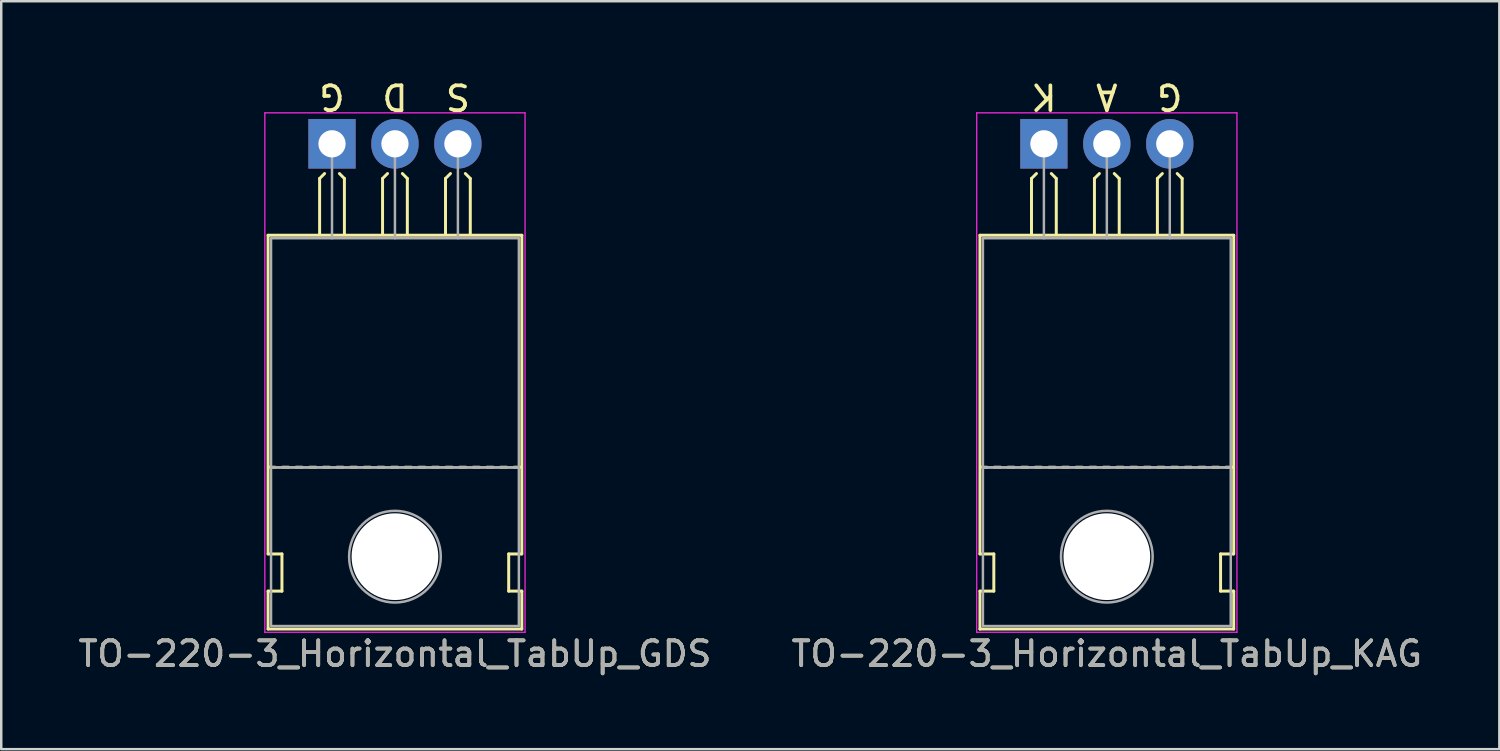
<source format=kicad_pcb>
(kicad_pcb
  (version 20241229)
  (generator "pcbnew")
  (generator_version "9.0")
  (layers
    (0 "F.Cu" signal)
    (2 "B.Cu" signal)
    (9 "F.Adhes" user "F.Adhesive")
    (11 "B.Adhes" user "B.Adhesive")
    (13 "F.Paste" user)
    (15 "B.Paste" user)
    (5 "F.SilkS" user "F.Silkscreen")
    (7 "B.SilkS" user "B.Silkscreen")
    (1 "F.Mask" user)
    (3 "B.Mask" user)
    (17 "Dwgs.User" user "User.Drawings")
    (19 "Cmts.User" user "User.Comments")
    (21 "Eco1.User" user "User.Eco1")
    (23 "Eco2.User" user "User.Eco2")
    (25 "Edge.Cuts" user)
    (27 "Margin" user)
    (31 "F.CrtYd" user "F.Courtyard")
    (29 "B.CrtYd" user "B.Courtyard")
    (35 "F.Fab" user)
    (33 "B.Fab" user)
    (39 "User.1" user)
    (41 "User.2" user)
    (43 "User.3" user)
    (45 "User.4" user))
  (footprint "TO-220-3_Horizontal_TabUp_GDS"
    (layer "F.Cu")
    (at 10.347 2.753)
    (property "Reference" "TO-220-3_Horizontal_TabUp_GDS" (at 2.54 20.58 0) (layer "F.SilkS") (effects (font (size 1 1) (thickness 0.15))))
    (fp_line (start -2.58 16.55) (end -2.58 3.69) (stroke (width 0.12) (type solid)) (layer "F.SilkS"))
    (fp_line (start -2.58 16.55) (end -2.02 16.55) (stroke (width 0.12) (type solid)) (layer "F.SilkS"))
    (fp_line (start -2.58 19.58) (end -2.58 18.05) (stroke (width 0.12) (type solid)) (layer "F.SilkS"))
    (fp_line (start -2.3 13.05) (end -2.55 13.05) (stroke (width 0.12) (type solid)) (layer "F.SilkS"))
    (fp_line (start -2.02 16.55) (end -2.02 18.05) (stroke (width 0.12) (type solid)) (layer "F.SilkS"))
    (fp_line (start -2.02 18.05) (end -2.58 18.05) (stroke (width 0.12) (type solid)) (layer "F.SilkS"))
    (fp_line (start -1.75 13.05) (end -2 13.05) (stroke (width 0.12) (type solid)) (layer "F.SilkS"))
    (fp_line (start -1.2 13.05) (end -1.45 13.05) (stroke (width 0.12) (type solid)) (layer "F.SilkS"))
    (fp_line (start -0.65 13.05) (end -0.9 13.05) (stroke (width 0.12) (type solid)) (layer "F.SilkS"))
    (fp_line (start -0.5 1.4) (end -0.3 1.2) (stroke (width 0.12) (type solid)) (layer "F.SilkS"))
    (fp_line (start -0.5 3.65) (end -0.5 1.4) (stroke (width 0.12) (type solid)) (layer "F.SilkS"))
    (fp_line (start -0.1 13.05) (end -0.35 13.05) (stroke (width 0.12) (type solid)) (layer "F.SilkS"))
    (fp_line (start 0.45 13.05) (end 0.2 13.05) (stroke (width 0.12) (type solid)) (layer "F.SilkS"))
    (fp_line (start 0.5 1.4) (end 0.3 1.2) (stroke (width 0.12) (type solid)) (layer "F.SilkS"))
    (fp_line (start 0.5 3.65) (end 0.5 1.4) (stroke (width 0.12) (type solid)) (layer "F.SilkS"))
    (fp_line (start 1 13.05) (end 0.75 13.05) (stroke (width 0.12) (type solid)) (layer "F.SilkS"))
    (fp_line (start 1.55 13.05) (end 1.3 13.05) (stroke (width 0.12) (type solid)) (layer "F.SilkS"))
    (fp_line (start 2.04 1.4) (end 2.24 1.2) (stroke (width 0.12) (type solid)) (layer "F.SilkS"))
    (fp_line (start 2.04 3.65) (end 2.04 1.4) (stroke (width 0.12) (type solid)) (layer "F.SilkS"))
    (fp_line (start 2.1 13.05) (end 1.85 13.05) (stroke (width 0.12) (type solid)) (layer "F.SilkS"))
    (fp_line (start 2.65 13.05) (end 2.4 13.05) (stroke (width 0.12) (type solid)) (layer "F.SilkS"))
    (fp_line (start 3.04 1.4) (end 2.84 1.2) (stroke (width 0.12) (type solid)) (layer "F.SilkS"))
    (fp_line (start 3.04 3.65) (end 3.04 1.4) (stroke (width 0.12) (type solid)) (layer "F.SilkS"))
    (fp_line (start 3.2 13.05) (end 2.95 13.05) (stroke (width 0.12) (type solid)) (layer "F.SilkS"))
    (fp_line (start 3.75 13.05) (end 3.5 13.05) (stroke (width 0.12) (type solid)) (layer "F.SilkS"))
    (fp_line (start 4.3 13.05) (end 4.05 13.05) (stroke (width 0.12) (type solid)) (layer "F.SilkS"))
    (fp_line (start 4.58 1.4) (end 4.78 1.2) (stroke (width 0.12) (type solid)) (layer "F.SilkS"))
    (fp_line (start 4.58 3.65) (end 4.58 1.4) (stroke (width 0.12) (type solid)) (layer "F.SilkS"))
    (fp_line (start 4.85 13.05) (end 4.6 13.05) (stroke (width 0.12) (type solid)) (layer "F.SilkS"))
    (fp_line (start 5.4 13.05) (end 5.15 13.05) (stroke (width 0.12) (type solid)) (layer "F.SilkS"))
    (fp_line (start 5.58 1.4) (end 5.38 1.2) (stroke (width 0.12) (type solid)) (layer "F.SilkS"))
    (fp_line (start 5.58 3.65) (end 5.58 1.4) (stroke (width 0.12) (type solid)) (layer "F.SilkS"))
    (fp_line (start 5.95 13.05) (end 5.7 13.05) (stroke (width 0.12) (type solid)) (layer "F.SilkS"))
    (fp_line (start 6.5 13.05) (end 6.25 13.05) (stroke (width 0.12) (type solid)) (layer "F.SilkS"))
    (fp_line (start 7.05 13.05) (end 6.8 13.05) (stroke (width 0.12) (type solid)) (layer "F.SilkS"))
    (fp_line (start 7.13 16.55) (end 7.655 16.55) (stroke (width 0.12) (type solid)) (layer "F.SilkS"))
    (fp_line (start 7.13 18.05) (end 7.13 16.55) (stroke (width 0.12) (type solid)) (layer "F.SilkS"))
    (fp_line (start 7.6 13.05) (end 7.35 13.05) (stroke (width 0.12) (type solid)) (layer "F.SilkS"))
    (fp_line (start 7.66 3.69) (end -2.58 3.69) (stroke (width 0.12) (type solid)) (layer "F.SilkS"))
    (fp_line (start 7.66 16.55) (end 7.66 3.69) (stroke (width 0.12) (type solid)) (layer "F.SilkS"))
    (fp_line (start 7.66 18.05) (end 7.13 18.05) (stroke (width 0.12) (type solid)) (layer "F.SilkS"))
    (fp_line (start 7.66 19.58) (end -2.58 19.58) (stroke (width 0.12) (type solid)) (layer "F.SilkS"))
    (fp_line (start 7.66 19.58) (end 7.66 18.05) (stroke (width 0.12) (type solid)) (layer "F.SilkS"))
    (fp_line (start -2.71 -1.25) (end -2.71 19.71) (stroke (width 0.05) (type solid)) (layer "F.CrtYd"))
    (fp_line (start -2.71 19.71) (end 7.79 19.71) (stroke (width 0.05) (type solid)) (layer "F.CrtYd"))
    (fp_line (start 7.79 -1.25) (end -2.71 -1.25) (stroke (width 0.05) (type solid)) (layer "F.CrtYd"))
    (fp_line (start 7.79 19.71) (end 7.79 -1.25) (stroke (width 0.05) (type solid)) (layer "F.CrtYd"))
    (fp_line (start -2.46 3.81) (end -2.46 13.06) (stroke (width 0.1) (type solid)) (layer "F.Fab"))
    (fp_line (start -2.46 13.06) (end -2.46 19.46) (stroke (width 0.1) (type solid)) (layer "F.Fab"))
    (fp_line (start -2.46 13.06) (end 7.54 13.06) (stroke (width 0.1) (type solid)) (layer "F.Fab"))
    (fp_line (start -2.46 19.46) (end 7.54 19.46) (stroke (width 0.1) (type solid)) (layer "F.Fab"))
    (fp_line (start 0 3.81) (end 0 0) (stroke (width 0.1) (type solid)) (layer "F.Fab"))
    (fp_line (start 2.54 3.81) (end 2.54 0) (stroke (width 0.1) (type solid)) (layer "F.Fab"))
    (fp_line (start 5.08 3.81) (end 5.08 0) (stroke (width 0.1) (type solid)) (layer "F.Fab"))
    (fp_line (start 7.54 3.81) (end -2.46 3.81) (stroke (width 0.1) (type solid)) (layer "F.Fab"))
    (fp_line (start 7.54 13.06) (end -2.46 13.06) (stroke (width 0.1) (type solid)) (layer "F.Fab"))
    (fp_line (start 7.54 13.06) (end 7.54 3.81) (stroke (width 0.1) (type solid)) (layer "F.Fab"))
    (fp_line (start 7.54 19.46) (end 7.54 13.06) (stroke (width 0.1) (type solid)) (layer "F.Fab"))
    (fp_circle (center 2.54 16.66) (end 4.39 16.66) (stroke (width 0.1) (type solid)) (fill no) (layer "F.Fab"))
    (fp_text user "S" (at 5.08 -1.905 180) (unlocked yes) (layer "F.SilkS") (effects (font (size 1 1) (thickness 0.15))))
    (fp_text user "G" (at 0 -1.905 180) (unlocked yes) (layer "F.SilkS") (effects (font (size 1 1) (thickness 0.15))))
    (fp_text user "D" (at 2.54 -1.905 180) (unlocked yes) (layer "F.SilkS") (effects (font (size 1 1) (thickness 0.15))))
    (fp_text user "${REFERENCE}" (at 2.54 20.58 0) (layer "F.Fab") (effects (font (size 1 1) (thickness 0.15))))
    (pad "" np_thru_hole oval (at 2.54 16.66) (size 3.5 3.5) (drill 3.5) (layers "*.Cu" "*.Mask"))
    (pad "1" thru_hole rect (at 0 0) (size 1.905 2) (drill 1.1) (layers "*.Cu" "*.Mask"))
    (pad "2" thru_hole oval (at 2.54 0) (size 1.905 2) (drill 1.1) (layers "*.Cu" "*.Mask"))
    (pad "3" thru_hole oval (at 5.08 0) (size 1.905 2) (drill 1.1) (layers "*.Cu" "*.Mask")))
  (footprint "TO-220-3_Horizontal_TabUp_KAG"
    (layer "F.Cu")
    (at 39.073 2.753)
    (property "Reference" "TO-220-3_Horizontal_TabUp_KAG" (at 2.54 20.58 0) (layer "F.SilkS") (effects (font (size 1 1) (thickness 0.15))))
    (fp_line (start -2.58 16.55) (end -2.58 3.69) (stroke (width 0.12) (type solid)) (layer "F.SilkS"))
    (fp_line (start -2.58 16.55) (end -2.02 16.55) (stroke (width 0.12) (type solid)) (layer "F.SilkS"))
    (fp_line (start -2.58 19.58) (end -2.58 18.05) (stroke (width 0.12) (type solid)) (layer "F.SilkS"))
    (fp_line (start -2.3 13.05) (end -2.55 13.05) (stroke (width 0.12) (type solid)) (layer "F.SilkS"))
    (fp_line (start -2.02 16.55) (end -2.02 18.05) (stroke (width 0.12) (type solid)) (layer "F.SilkS"))
    (fp_line (start -2.02 18.05) (end -2.58 18.05) (stroke (width 0.12) (type solid)) (layer "F.SilkS"))
    (fp_line (start -1.75 13.05) (end -2 13.05) (stroke (width 0.12) (type solid)) (layer "F.SilkS"))
    (fp_line (start -1.2 13.05) (end -1.45 13.05) (stroke (width 0.12) (type solid)) (layer "F.SilkS"))
    (fp_line (start -0.65 13.05) (end -0.9 13.05) (stroke (width 0.12) (type solid)) (layer "F.SilkS"))
    (fp_line (start -0.5 1.4) (end -0.3 1.2) (stroke (width 0.12) (type solid)) (layer "F.SilkS"))
    (fp_line (start -0.5 3.65) (end -0.5 1.4) (stroke (width 0.12) (type solid)) (layer "F.SilkS"))
    (fp_line (start -0.1 13.05) (end -0.35 13.05) (stroke (width 0.12) (type solid)) (layer "F.SilkS"))
    (fp_line (start 0.45 13.05) (end 0.2 13.05) (stroke (width 0.12) (type solid)) (layer "F.SilkS"))
    (fp_line (start 0.5 1.4) (end 0.3 1.2) (stroke (width 0.12) (type solid)) (layer "F.SilkS"))
    (fp_line (start 0.5 3.65) (end 0.5 1.4) (stroke (width 0.12) (type solid)) (layer "F.SilkS"))
    (fp_line (start 1 13.05) (end 0.75 13.05) (stroke (width 0.12) (type solid)) (layer "F.SilkS"))
    (fp_line (start 1.55 13.05) (end 1.3 13.05) (stroke (width 0.12) (type solid)) (layer "F.SilkS"))
    (fp_line (start 2.04 1.4) (end 2.24 1.2) (stroke (width 0.12) (type solid)) (layer "F.SilkS"))
    (fp_line (start 2.04 3.65) (end 2.04 1.4) (stroke (width 0.12) (type solid)) (layer "F.SilkS"))
    (fp_line (start 2.1 13.05) (end 1.85 13.05) (stroke (width 0.12) (type solid)) (layer "F.SilkS"))
    (fp_line (start 2.65 13.05) (end 2.4 13.05) (stroke (width 0.12) (type solid)) (layer "F.SilkS"))
    (fp_line (start 3.04 1.4) (end 2.84 1.2) (stroke (width 0.12) (type solid)) (layer "F.SilkS"))
    (fp_line (start 3.04 3.65) (end 3.04 1.4) (stroke (width 0.12) (type solid)) (layer "F.SilkS"))
    (fp_line (start 3.2 13.05) (end 2.95 13.05) (stroke (width 0.12) (type solid)) (layer "F.SilkS"))
    (fp_line (start 3.75 13.05) (end 3.5 13.05) (stroke (width 0.12) (type solid)) (layer "F.SilkS"))
    (fp_line (start 4.3 13.05) (end 4.05 13.05) (stroke (width 0.12) (type solid)) (layer "F.SilkS"))
    (fp_line (start 4.58 1.4) (end 4.78 1.2) (stroke (width 0.12) (type solid)) (layer "F.SilkS"))
    (fp_line (start 4.58 3.65) (end 4.58 1.4) (stroke (width 0.12) (type solid)) (layer "F.SilkS"))
    (fp_line (start 4.85 13.05) (end 4.6 13.05) (stroke (width 0.12) (type solid)) (layer "F.SilkS"))
    (fp_line (start 5.4 13.05) (end 5.15 13.05) (stroke (width 0.12) (type solid)) (layer "F.SilkS"))
    (fp_line (start 5.58 1.4) (end 5.38 1.2) (stroke (width 0.12) (type solid)) (layer "F.SilkS"))
    (fp_line (start 5.58 3.65) (end 5.58 1.4) (stroke (width 0.12) (type solid)) (layer "F.SilkS"))
    (fp_line (start 5.95 13.05) (end 5.7 13.05) (stroke (width 0.12) (type solid)) (layer "F.SilkS"))
    (fp_line (start 6.5 13.05) (end 6.25 13.05) (stroke (width 0.12) (type solid)) (layer "F.SilkS"))
    (fp_line (start 7.05 13.05) (end 6.8 13.05) (stroke (width 0.12) (type solid)) (layer "F.SilkS"))
    (fp_line (start 7.13 16.55) (end 7.655 16.55) (stroke (width 0.12) (type solid)) (layer "F.SilkS"))
    (fp_line (start 7.13 18.05) (end 7.13 16.55) (stroke (width 0.12) (type solid)) (layer "F.SilkS"))
    (fp_line (start 7.6 13.05) (end 7.35 13.05) (stroke (width 0.12) (type solid)) (layer "F.SilkS"))
    (fp_line (start 7.66 3.69) (end -2.58 3.69) (stroke (width 0.12) (type solid)) (layer "F.SilkS"))
    (fp_line (start 7.66 16.55) (end 7.66 3.69) (stroke (width 0.12) (type solid)) (layer "F.SilkS"))
    (fp_line (start 7.66 18.05) (end 7.13 18.05) (stroke (width 0.12) (type solid)) (layer "F.SilkS"))
    (fp_line (start 7.66 19.58) (end -2.58 19.58) (stroke (width 0.12) (type solid)) (layer "F.SilkS"))
    (fp_line (start 7.66 19.58) (end 7.66 18.05) (stroke (width 0.12) (type solid)) (layer "F.SilkS"))
    (fp_line (start -2.71 -1.25) (end -2.71 19.71) (stroke (width 0.05) (type solid)) (layer "F.CrtYd"))
    (fp_line (start -2.71 19.71) (end 7.79 19.71) (stroke (width 0.05) (type solid)) (layer "F.CrtYd"))
    (fp_line (start 7.79 -1.25) (end -2.71 -1.25) (stroke (width 0.05) (type solid)) (layer "F.CrtYd"))
    (fp_line (start 7.79 19.71) (end 7.79 -1.25) (stroke (width 0.05) (type solid)) (layer "F.CrtYd"))
    (fp_line (start -2.46 3.81) (end -2.46 13.06) (stroke (width 0.1) (type solid)) (layer "F.Fab"))
    (fp_line (start -2.46 13.06) (end -2.46 19.46) (stroke (width 0.1) (type solid)) (layer "F.Fab"))
    (fp_line (start -2.46 13.06) (end 7.54 13.06) (stroke (width 0.1) (type solid)) (layer "F.Fab"))
    (fp_line (start -2.46 19.46) (end 7.54 19.46) (stroke (width 0.1) (type solid)) (layer "F.Fab"))
    (fp_line (start 0 3.81) (end 0 0) (stroke (width 0.1) (type solid)) (layer "F.Fab"))
    (fp_line (start 2.54 3.81) (end 2.54 0) (stroke (width 0.1) (type solid)) (layer "F.Fab"))
    (fp_line (start 5.08 3.81) (end 5.08 0) (stroke (width 0.1) (type solid)) (layer "F.Fab"))
    (fp_line (start 7.54 3.81) (end -2.46 3.81) (stroke (width 0.1) (type solid)) (layer "F.Fab"))
    (fp_line (start 7.54 13.06) (end -2.46 13.06) (stroke (width 0.1) (type solid)) (layer "F.Fab"))
    (fp_line (start 7.54 13.06) (end 7.54 3.81) (stroke (width 0.1) (type solid)) (layer "F.Fab"))
    (fp_line (start 7.54 19.46) (end 7.54 13.06) (stroke (width 0.1) (type solid)) (layer "F.Fab"))
    (fp_circle (center 2.54 16.66) (end 4.39 16.66) (stroke (width 0.1) (type solid)) (fill no) (layer "F.Fab"))
    (fp_text user "K" (at 0 -1.905 180) (unlocked yes) (layer "F.SilkS") (effects (font (size 1 1) (thickness 0.15))))
    (fp_text user "G" (at 5.08 -1.905 180) (unlocked yes) (layer "F.SilkS") (effects (font (size 1 1) (thickness 0.15))))
    (fp_text user "A" (at 2.54 -1.905 180) (unlocked yes) (layer "F.SilkS") (effects (font (size 1 1) (thickness 0.15))))
    (fp_text user "${REFERENCE}" (at 2.54 20.58 0) (layer "F.Fab") (effects (font (size 1 1) (thickness 0.15))))
    (pad "" np_thru_hole oval (at 2.54 16.66) (size 3.5 3.5) (drill 3.5) (layers "*.Cu" "*.Mask"))
    (pad "1" thru_hole rect (at 0 0) (size 1.905 2) (drill 1.1) (layers "*.Cu" "*.Mask"))
    (pad "2" thru_hole oval (at 2.54 0) (size 1.905 2) (drill 1.1) (layers "*.Cu" "*.Mask"))
    (pad "3" thru_hole oval (at 5.08 0) (size 1.905 2) (drill 1.1) (layers "*.Cu" "*.Mask")))
  (gr_rect
    (start -3 -3)
    (end 57.452 27.181)
    (stroke (width 0.1) (type default))
    (fill no)
    (layer "Edge.Cuts")))
</source>
